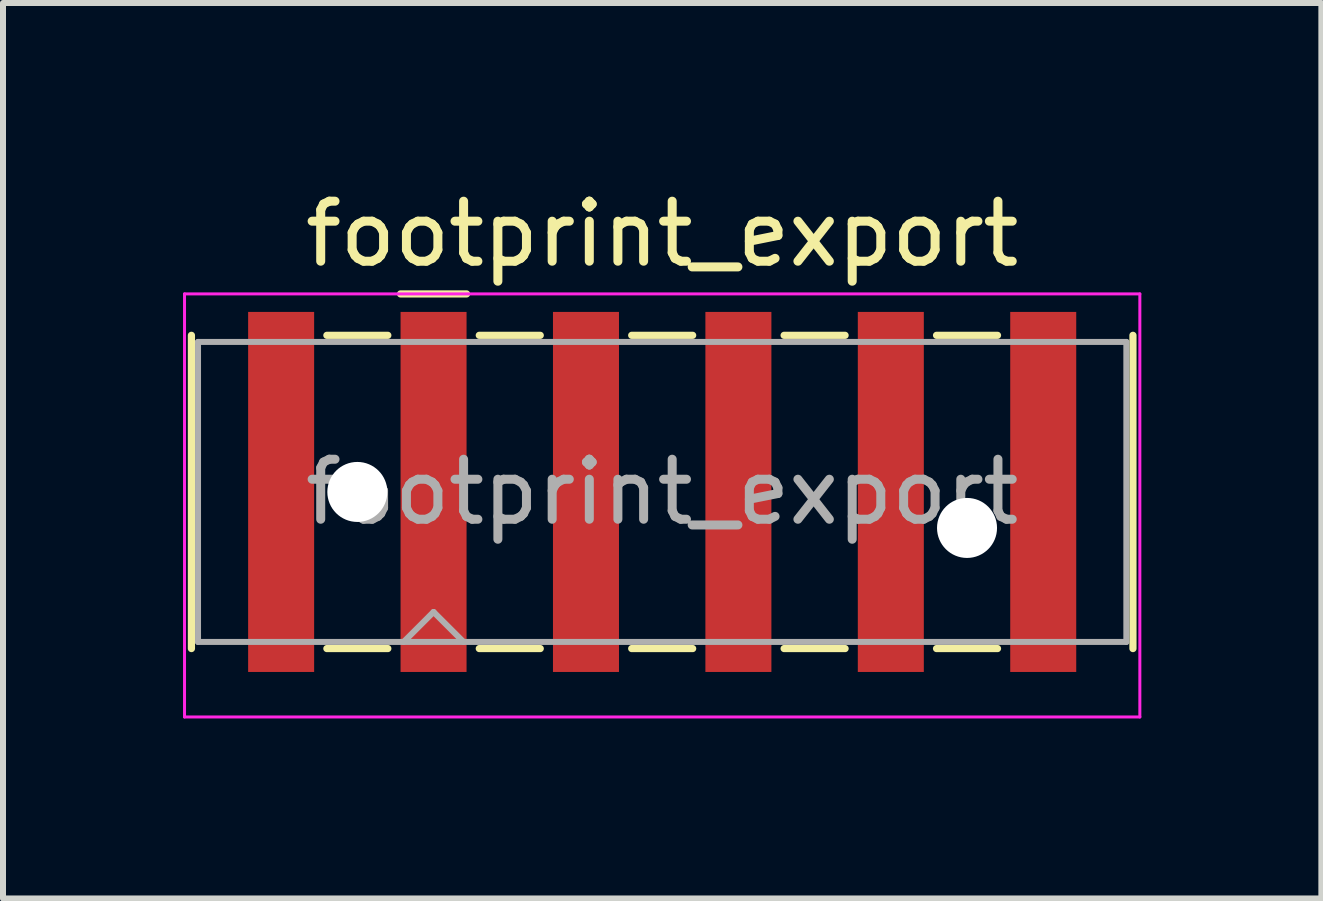
<source format=kicad_pcb>
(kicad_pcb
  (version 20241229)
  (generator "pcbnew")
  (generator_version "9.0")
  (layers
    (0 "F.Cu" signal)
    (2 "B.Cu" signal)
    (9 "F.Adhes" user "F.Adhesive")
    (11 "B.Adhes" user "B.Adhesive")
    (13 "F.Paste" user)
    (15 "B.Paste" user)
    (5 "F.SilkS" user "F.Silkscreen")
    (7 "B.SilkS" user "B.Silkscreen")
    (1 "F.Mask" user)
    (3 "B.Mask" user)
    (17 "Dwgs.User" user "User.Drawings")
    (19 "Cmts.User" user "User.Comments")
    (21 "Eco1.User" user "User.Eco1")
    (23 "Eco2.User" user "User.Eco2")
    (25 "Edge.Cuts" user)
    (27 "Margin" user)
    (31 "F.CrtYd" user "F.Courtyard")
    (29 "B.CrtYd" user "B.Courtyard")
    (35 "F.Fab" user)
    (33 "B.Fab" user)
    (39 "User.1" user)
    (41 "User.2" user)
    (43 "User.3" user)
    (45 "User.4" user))
  (footprint "footprint_export"
    (layer "F.Cu")
    (at 7.985 5.148)
    (property "Reference" "footprint_export" (at 0 -4.3 0) (layer "F.SilkS") (effects (font (size 1 1) (thickness 0.15))))
    (attr smd)
    (fp_line (start -7.845 -2.61) (end -7.845 2.61) (stroke (width 0.12) (type solid)) (layer "F.SilkS"))
    (fp_line (start -5.588 -2.61) (end -4.572 -2.61) (stroke (width 0.12) (type solid)) (layer "F.SilkS"))
    (fp_line (start -5.588 2.61) (end -4.572 2.61) (stroke (width 0.12) (type solid)) (layer "F.SilkS"))
    (fp_line (start -4.36 -3.3) (end -3.26 -3.3) (stroke (width 0.12) (type solid)) (layer "F.SilkS"))
    (fp_line (start -3.048 -2.61) (end -2.032 -2.61) (stroke (width 0.12) (type solid)) (layer "F.SilkS"))
    (fp_line (start -3.048 2.61) (end -2.032 2.61) (stroke (width 0.12) (type solid)) (layer "F.SilkS"))
    (fp_line (start -0.508 -2.61) (end 0.508 -2.61) (stroke (width 0.12) (type solid)) (layer "F.SilkS"))
    (fp_line (start -0.508 2.61) (end 0.508 2.61) (stroke (width 0.12) (type solid)) (layer "F.SilkS"))
    (fp_line (start 2.032 -2.61) (end 3.048 -2.61) (stroke (width 0.12) (type solid)) (layer "F.SilkS"))
    (fp_line (start 2.032 2.61) (end 3.048 2.61) (stroke (width 0.12) (type solid)) (layer "F.SilkS"))
    (fp_line (start 4.572 -2.61) (end 5.588 -2.61) (stroke (width 0.12) (type solid)) (layer "F.SilkS"))
    (fp_line (start 4.572 2.61) (end 5.588 2.61) (stroke (width 0.12) (type solid)) (layer "F.SilkS"))
    (fp_line (start 7.845 -2.61) (end 7.845 2.61) (stroke (width 0.12) (type solid)) (layer "F.SilkS"))
    (fp_line (start -7.96 -3.3) (end -7.96 3.75) (stroke (width 0.05) (type solid)) (layer "F.CrtYd"))
    (fp_line (start -7.96 3.75) (end 7.96 3.75) (stroke (width 0.05) (type solid)) (layer "F.CrtYd"))
    (fp_line (start 7.96 -3.3) (end -7.96 -3.3) (stroke (width 0.05) (type solid)) (layer "F.CrtYd"))
    (fp_line (start 7.96 3.75) (end 7.96 -3.3) (stroke (width 0.05) (type solid)) (layer "F.CrtYd"))
    (fp_line (start -7.735 -2.5) (end -7.735 2.5) (stroke (width 0.1) (type solid)) (layer "F.Fab"))
    (fp_line (start -7.735 2.5) (end 7.735 2.5) (stroke (width 0.1) (type solid)) (layer "F.Fab"))
    (fp_line (start -4.31 2.5) (end -3.81 2) (stroke (width 0.1) (type solid)) (layer "F.Fab"))
    (fp_line (start -3.81 2) (end -3.31 2.5) (stroke (width 0.1) (type solid)) (layer "F.Fab"))
    (fp_line (start 7.735 -2.5) (end -7.735 -2.5) (stroke (width 0.1) (type solid)) (layer "F.Fab"))
    (fp_line (start 7.735 2.5) (end 7.735 -2.5) (stroke (width 0.1) (type solid)) (layer "F.Fab"))
    (fp_text user "${REFERENCE}" (at 0 0 0) (layer "F.Fab") (effects (font (size 1 1) (thickness 0.15))))
    (pad "" np_thru_hole circle (at -5.08 0) (size 1 1) (drill 1) (layers "*.Cu" "*.Mask"))
    (pad "" np_thru_hole circle (at 5.08 0.6) (size 1 1) (drill 1) (layers "*.Cu" "*.Mask"))
    (pad "1" smd rect (at -3.81 0) (size 1.1 6) (layers "F.Cu" "F.Mask" "F.Paste"))
    (pad "2" smd rect (at -1.27 0) (size 1.1 6) (layers "F.Cu" "F.Mask" "F.Paste"))
    (pad "3" smd rect (at 1.27 0) (size 1.1 6) (layers "F.Cu" "F.Mask" "F.Paste"))
    (pad "4" smd rect (at 3.81 0) (size 1.1 6) (layers "F.Cu" "F.Mask" "F.Paste"))
    (pad "MP" smd rect (at -6.35 0) (size 1.1 6) (layers "F.Cu" "F.Mask" "F.Paste"))
    (pad "MP" smd rect (at 6.35 0) (size 1.1 6) (layers "F.Cu" "F.Mask" "F.Paste")))
  (gr_rect
    (start -3 -3)
    (end 18.97 11.923)
    (stroke (width 0.1) (type default))
    (fill no)
    (layer "Edge.Cuts")))
</source>
